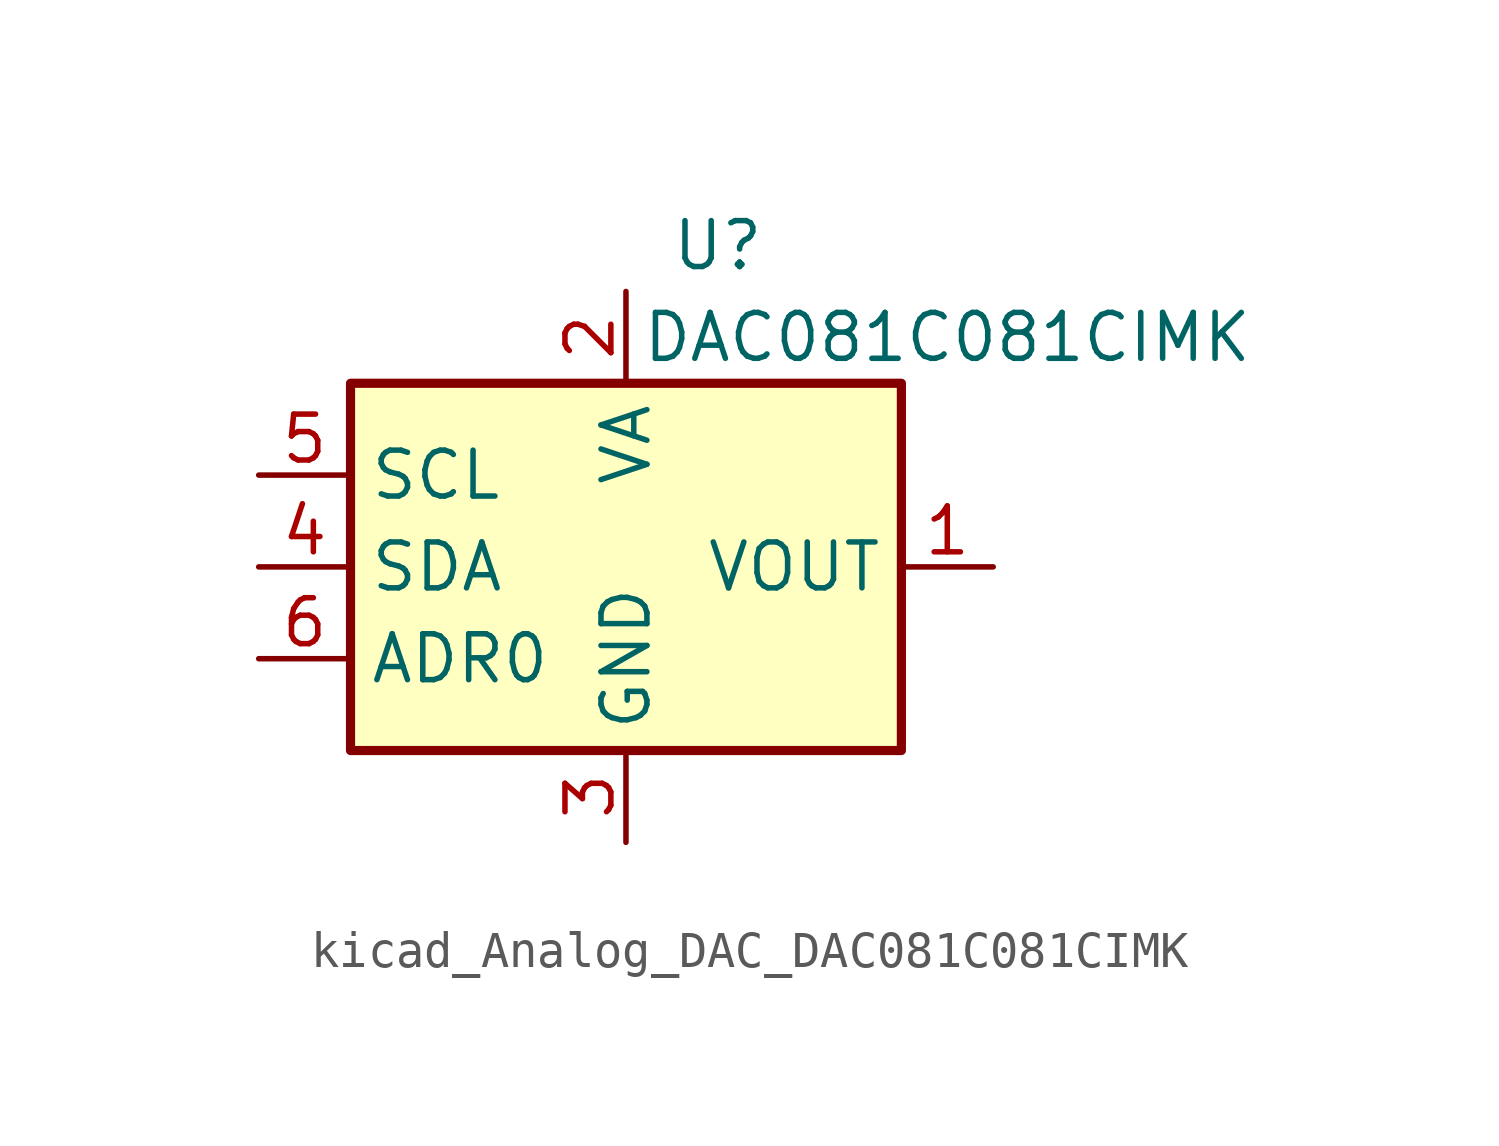
<source format=kicad_sym>
(kicad_symbol_lib
  (version 20220914)
  (generator kicad_symbol_editor)
  (symbol "kicad_Analog_DAC_DAC081C081CIMK"
    (property "Reference" "U"
      (at 2.54 8.89 0)
      (effects (font (size 1.27 1.27))))
    (property "Value" "DAC081C081CIMK"
      (at 8.89 6.35 0)
      (effects (font (size 1.27 1.27))))
    (symbol "kicad_Analog_DAC_DAC081C081CIMK_0_1"
      (rectangle (start -7.62 -5.08) (end 7.62 5.08) (stroke (width 0.254) (type default)) (fill (type background))))
    (symbol "kicad_Analog_DAC_DAC081C081CIMK_1_1"
      (pin output line (at 10.16 0 180) (length 2.54) (name "VOUT" (effects (font (size 1.27 1.27)))) (number "1" (effects (font (size 1.27 1.27)))))
      (pin power_in line (at 0 7.62 270) (length 2.54) (name "VA" (effects (font (size 1.27 1.27)))) (number "2" (effects (font (size 1.27 1.27)))))
      (pin power_in line (at 0 -7.62 90) (length 2.54) (name "GND" (effects (font (size 1.27 1.27)))) (number "3" (effects (font (size 1.27 1.27)))))
      (pin bidirectional line (at -10.16 0 0) (length 2.54) (name "SDA" (effects (font (size 1.27 1.27)))) (number "4" (effects (font (size 1.27 1.27)))))
      (pin input line (at -10.16 2.54 0) (length 2.54) (name "SCL" (effects (font (size 1.27 1.27)))) (number "5" (effects (font (size 1.27 1.27)))))
      (pin input line (at -10.16 -2.54 0) (length 2.54) (name "ADR0" (effects (font (size 1.27 1.27)))) (number "6" (effects (font (size 1.27 1.27))))))))
</source>
